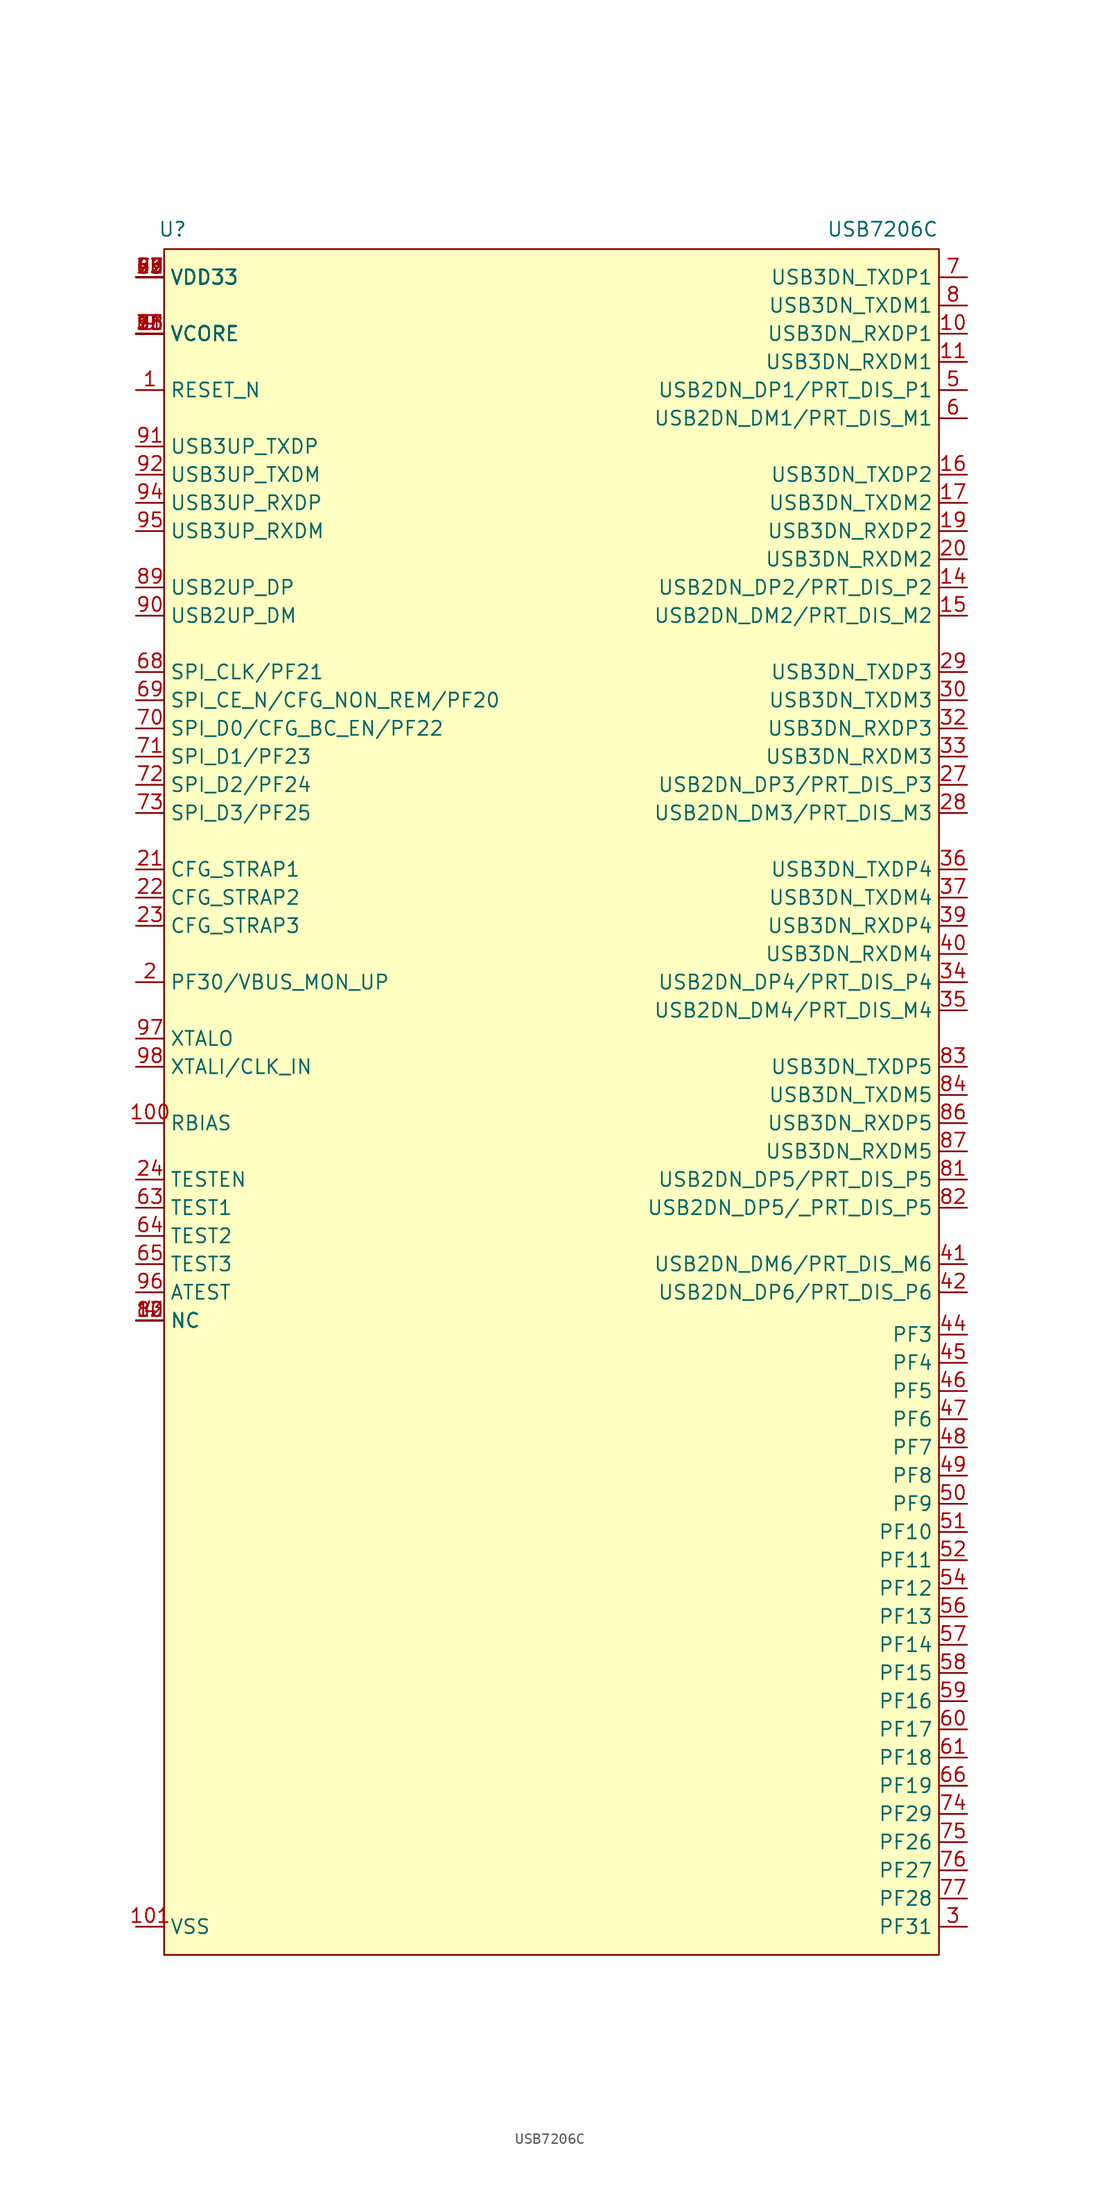
<source format=kicad_sym>
(kicad_symbol_lib
  (version 20231120)
  (generator "kicad_symbol_editor")
  (generator_version "8.0")
  (symbol "USB7206C"
    (property "Reference" "U"
      (at -33.528 72.898 0)
      (effects (font (size 1.27 1.27))))
    (property "Value" "USB7206C"
      (at 30.48 72.898 0)
      (effects (font (size 1.27 1.27))))
    (symbol "USB7206C_0_0"
      (pin unspecified line (at -36.83 58.42 0) (length 2.54) (name "RESET_N" (effects (font (size 1.27 1.27)))) (number "1" (effects (font (size 1.27 1.27)))))
      (pin unspecified line (at 38.1 63.5 180) (length 2.54) (name "USB3DN_RXDP1" (effects (font (size 1.27 1.27)))) (number "10" (effects (font (size 1.27 1.27)))))
      (pin unspecified line (at -36.83 -7.62 0) (length 2.54) (name "RBIAS" (effects (font (size 1.27 1.27)))) (number "100" (effects (font (size 1.27 1.27)))))
      (pin unspecified line (at 38.1 60.96 180) (length 2.54) (name "USB3DN_RXDM1" (effects (font (size 1.27 1.27)))) (number "11" (effects (font (size 1.27 1.27)))))
      (pin unspecified line (at -36.83 -25.4 0) (length 2.54) (name "NC" (effects (font (size 1.27 1.27)))) (number "12" (effects (font (size 1.27 1.27)))))
      (pin unspecified line (at -36.83 -25.4 0) (length 2.54) (name "NC" (effects (font (size 1.27 1.27)))) (number "13" (effects (font (size 1.27 1.27)))))
      (pin unspecified line (at 38.1 40.64 180) (length 2.54) (name "USB2DN_DP2/PRT_DIS_P2" (effects (font (size 1.27 1.27)))) (number "14" (effects (font (size 1.27 1.27)))))
      (pin unspecified line (at 38.1 38.1 180) (length 2.54) (name "USB2DN_DM2/PRT_DIS_M2" (effects (font (size 1.27 1.27)))) (number "15" (effects (font (size 1.27 1.27)))))
      (pin unspecified line (at 38.1 50.8 180) (length 2.54) (name "USB3DN_TXDP2" (effects (font (size 1.27 1.27)))) (number "16" (effects (font (size 1.27 1.27)))))
      (pin unspecified line (at 38.1 48.26 180) (length 2.54) (name "USB3DN_TXDM2" (effects (font (size 1.27 1.27)))) (number "17" (effects (font (size 1.27 1.27)))))
      (pin unspecified line (at -36.83 63.5 0) (length 2.54) (name "VCORE" (effects (font (size 1.27 1.27)))) (number "18" (effects (font (size 1.27 1.27)))))
      (pin unspecified line (at 38.1 45.72 180) (length 2.54) (name "USB3DN_RXDP2" (effects (font (size 1.27 1.27)))) (number "19" (effects (font (size 1.27 1.27)))))
      (pin unspecified line (at -36.83 5.08 0) (length 2.54) (name "PF30/VBUS_MON_UP" (effects (font (size 1.27 1.27)))) (number "2" (effects (font (size 1.27 1.27)))))
      (pin unspecified line (at 38.1 43.18 180) (length 2.54) (name "USB3DN_RXDM2" (effects (font (size 1.27 1.27)))) (number "20" (effects (font (size 1.27 1.27)))))
      (pin unspecified line (at -36.83 15.24 0) (length 2.54) (name "CFG_STRAP1" (effects (font (size 1.27 1.27)))) (number "21" (effects (font (size 1.27 1.27)))))
      (pin unspecified line (at -36.83 12.7 0) (length 2.54) (name "CFG_STRAP2" (effects (font (size 1.27 1.27)))) (number "22" (effects (font (size 1.27 1.27)))))
      (pin unspecified line (at -36.83 10.16 0) (length 2.54) (name "CFG_STRAP3" (effects (font (size 1.27 1.27)))) (number "23" (effects (font (size 1.27 1.27)))))
      (pin unspecified line (at -36.83 -12.7 0) (length 2.54) (name "TESTEN" (effects (font (size 1.27 1.27)))) (number "24" (effects (font (size 1.27 1.27)))))
      (pin unspecified line (at -36.83 63.5 0) (length 2.54) (name "VCORE" (effects (font (size 1.27 1.27)))) (number "25" (effects (font (size 1.27 1.27)))))
      (pin unspecified line (at -36.83 68.58 0) (length 2.54) (name "VDD33" (effects (font (size 1.27 1.27)))) (number "26" (effects (font (size 1.27 1.27)))))
      (pin unspecified line (at 38.1 22.86 180) (length 2.54) (name "USB2DN_DP3/PRT_DIS_P3" (effects (font (size 1.27 1.27)))) (number "27" (effects (font (size 1.27 1.27)))))
      (pin unspecified line (at 38.1 20.32 180) (length 2.54) (name "USB2DN_DM3/PRT_DIS_M3" (effects (font (size 1.27 1.27)))) (number "28" (effects (font (size 1.27 1.27)))))
      (pin unspecified line (at 38.1 33.02 180) (length 2.54) (name "USB3DN_TXDP3" (effects (font (size 1.27 1.27)))) (number "29" (effects (font (size 1.27 1.27)))))
      (pin unspecified line (at 38.1 -80.01 180) (length 2.54) (name "PF31" (effects (font (size 1.27 1.27)))) (number "3" (effects (font (size 1.27 1.27)))))
      (pin unspecified line (at 38.1 30.48 180) (length 2.54) (name "USB3DN_TXDM3" (effects (font (size 1.27 1.27)))) (number "30" (effects (font (size 1.27 1.27)))))
      (pin unspecified line (at -36.83 63.5 0) (length 2.54) (name "VCORE" (effects (font (size 1.27 1.27)))) (number "31" (effects (font (size 1.27 1.27)))))
      (pin unspecified line (at 38.1 27.94 180) (length 2.54) (name "USB3DN_RXDP3" (effects (font (size 1.27 1.27)))) (number "32" (effects (font (size 1.27 1.27)))))
      (pin unspecified line (at 38.1 25.4 180) (length 2.54) (name "USB3DN_RXDM3" (effects (font (size 1.27 1.27)))) (number "33" (effects (font (size 1.27 1.27)))))
      (pin unspecified line (at 38.1 5.08 180) (length 2.54) (name "USB2DN_DP4/PRT_DIS_P4" (effects (font (size 1.27 1.27)))) (number "34" (effects (font (size 1.27 1.27)))))
      (pin unspecified line (at 38.1 2.54 180) (length 2.54) (name "USB2DN_DM4/PRT_DIS_M4" (effects (font (size 1.27 1.27)))) (number "35" (effects (font (size 1.27 1.27)))))
      (pin unspecified line (at 38.1 15.24 180) (length 2.54) (name "USB3DN_TXDP4" (effects (font (size 1.27 1.27)))) (number "36" (effects (font (size 1.27 1.27)))))
      (pin unspecified line (at 38.1 12.7 180) (length 2.54) (name "USB3DN_TXDM4" (effects (font (size 1.27 1.27)))) (number "37" (effects (font (size 1.27 1.27)))))
      (pin unspecified line (at -36.83 63.5 0) (length 2.54) (name "VCORE" (effects (font (size 1.27 1.27)))) (number "38" (effects (font (size 1.27 1.27)))))
      (pin unspecified line (at 38.1 10.16 180) (length 2.54) (name "USB3DN_RXDP4" (effects (font (size 1.27 1.27)))) (number "39" (effects (font (size 1.27 1.27)))))
      (pin unspecified line (at -36.83 -25.4 0) (length 2.54) (name "NC" (effects (font (size 1.27 1.27)))) (number "4" (effects (font (size 1.27 1.27)))))
      (pin unspecified line (at 38.1 7.62 180) (length 2.54) (name "USB3DN_RXDM4" (effects (font (size 1.27 1.27)))) (number "40" (effects (font (size 1.27 1.27)))))
      (pin unspecified line (at 38.1 -20.32 180) (length 2.54) (name "USB2DN_DM6/PRT_DIS_M6" (effects (font (size 1.27 1.27)))) (number "41" (effects (font (size 1.27 1.27)))))
      (pin unspecified line (at 38.1 -22.86 180) (length 2.54) (name "USB2DN_DP6/PRT_DIS_P6" (effects (font (size 1.27 1.27)))) (number "42" (effects (font (size 1.27 1.27)))))
      (pin unspecified line (at -36.83 68.58 0) (length 2.54) (name "VDD33" (effects (font (size 1.27 1.27)))) (number "43" (effects (font (size 1.27 1.27)))))
      (pin unspecified line (at 38.1 -26.67 180) (length 2.54) (name "PF3" (effects (font (size 1.27 1.27)))) (number "44" (effects (font (size 1.27 1.27)))))
      (pin unspecified line (at 38.1 -29.21 180) (length 2.54) (name "PF4" (effects (font (size 1.27 1.27)))) (number "45" (effects (font (size 1.27 1.27)))))
      (pin unspecified line (at 38.1 -31.75 180) (length 2.54) (name "PF5" (effects (font (size 1.27 1.27)))) (number "46" (effects (font (size 1.27 1.27)))))
      (pin unspecified line (at 38.1 -34.29 180) (length 2.54) (name "PF6" (effects (font (size 1.27 1.27)))) (number "47" (effects (font (size 1.27 1.27)))))
      (pin unspecified line (at 38.1 -36.83 180) (length 2.54) (name "PF7" (effects (font (size 1.27 1.27)))) (number "48" (effects (font (size 1.27 1.27)))))
      (pin unspecified line (at 38.1 -39.37 180) (length 2.54) (name "PF8" (effects (font (size 1.27 1.27)))) (number "49" (effects (font (size 1.27 1.27)))))
      (pin unspecified line (at 38.1 58.42 180) (length 2.54) (name "USB2DN_DP1/PRT_DIS_P1" (effects (font (size 1.27 1.27)))) (number "5" (effects (font (size 1.27 1.27)))))
      (pin unspecified line (at 38.1 -41.91 180) (length 2.54) (name "PF9" (effects (font (size 1.27 1.27)))) (number "50" (effects (font (size 1.27 1.27)))))
      (pin unspecified line (at 38.1 -44.45 180) (length 2.54) (name "PF10" (effects (font (size 1.27 1.27)))) (number "51" (effects (font (size 1.27 1.27)))))
      (pin unspecified line (at 38.1 -46.99 180) (length 2.54) (name "PF11" (effects (font (size 1.27 1.27)))) (number "52" (effects (font (size 1.27 1.27)))))
      (pin unspecified line (at -36.83 68.58 0) (length 2.54) (name "VDD33" (effects (font (size 1.27 1.27)))) (number "53" (effects (font (size 1.27 1.27)))))
      (pin unspecified line (at 38.1 -49.53 180) (length 2.54) (name "PF12" (effects (font (size 1.27 1.27)))) (number "54" (effects (font (size 1.27 1.27)))))
      (pin unspecified line (at -36.83 63.5 0) (length 2.54) (name "VCORE" (effects (font (size 1.27 1.27)))) (number "55" (effects (font (size 1.27 1.27)))))
      (pin unspecified line (at 38.1 -52.07 180) (length 2.54) (name "PF13" (effects (font (size 1.27 1.27)))) (number "56" (effects (font (size 1.27 1.27)))))
      (pin unspecified line (at 38.1 -54.61 180) (length 2.54) (name "PF14" (effects (font (size 1.27 1.27)))) (number "57" (effects (font (size 1.27 1.27)))))
      (pin unspecified line (at 38.1 -57.15 180) (length 2.54) (name "PF15" (effects (font (size 1.27 1.27)))) (number "58" (effects (font (size 1.27 1.27)))))
      (pin unspecified line (at 38.1 -59.69 180) (length 2.54) (name "PF16" (effects (font (size 1.27 1.27)))) (number "59" (effects (font (size 1.27 1.27)))))
      (pin unspecified line (at 38.1 55.88 180) (length 2.54) (name "USB2DN_DM1/PRT_DIS_M1" (effects (font (size 1.27 1.27)))) (number "6" (effects (font (size 1.27 1.27)))))
      (pin unspecified line (at 38.1 -62.23 180) (length 2.54) (name "PF17" (effects (font (size 1.27 1.27)))) (number "60" (effects (font (size 1.27 1.27)))))
      (pin unspecified line (at 38.1 -64.77 180) (length 2.54) (name "PF18" (effects (font (size 1.27 1.27)))) (number "61" (effects (font (size 1.27 1.27)))))
      (pin unspecified line (at -36.83 68.58 0) (length 2.54) (name "VDD33" (effects (font (size 1.27 1.27)))) (number "62" (effects (font (size 1.27 1.27)))))
      (pin unspecified line (at -36.83 -15.24 0) (length 2.54) (name "TEST1" (effects (font (size 1.27 1.27)))) (number "63" (effects (font (size 1.27 1.27)))))
      (pin unspecified line (at -36.83 -17.78 0) (length 2.54) (name "TEST2" (effects (font (size 1.27 1.27)))) (number "64" (effects (font (size 1.27 1.27)))))
      (pin unspecified line (at -36.83 -20.32 0) (length 2.54) (name "TEST3" (effects (font (size 1.27 1.27)))) (number "65" (effects (font (size 1.27 1.27)))))
      (pin unspecified line (at 38.1 -67.31 180) (length 2.54) (name "PF19" (effects (font (size 1.27 1.27)))) (number "66" (effects (font (size 1.27 1.27)))))
      (pin unspecified line (at -36.83 68.58 0) (length 2.54) (name "VDD33" (effects (font (size 1.27 1.27)))) (number "67" (effects (font (size 1.27 1.27)))))
      (pin unspecified line (at -36.83 33.02 0) (length 2.54) (name "SPI_CLK/PF21" (effects (font (size 1.27 1.27)))) (number "68" (effects (font (size 1.27 1.27)))))
      (pin unspecified line (at -36.83 30.48 0) (length 2.54) (name "SPI_CE_N/CFG_NON_REM/PF20" (effects (font (size 1.27 1.27)))) (number "69" (effects (font (size 1.27 1.27)))))
      (pin unspecified line (at 38.1 68.58 180) (length 2.54) (name "USB3DN_TXDP1" (effects (font (size 1.27 1.27)))) (number "7" (effects (font (size 1.27 1.27)))))
      (pin unspecified line (at -36.83 27.94 0) (length 2.54) (name "SPI_D0/CFG_BC_EN/PF22" (effects (font (size 1.27 1.27)))) (number "70" (effects (font (size 1.27 1.27)))))
      (pin unspecified line (at -36.83 25.4 0) (length 2.54) (name "SPI_D1/PF23" (effects (font (size 1.27 1.27)))) (number "71" (effects (font (size 1.27 1.27)))))
      (pin unspecified line (at -36.83 22.86 0) (length 2.54) (name "SPI_D2/PF24" (effects (font (size 1.27 1.27)))) (number "72" (effects (font (size 1.27 1.27)))))
      (pin unspecified line (at -36.83 20.32 0) (length 2.54) (name "SPI_D3/PF25" (effects (font (size 1.27 1.27)))) (number "73" (effects (font (size 1.27 1.27)))))
      (pin unspecified line (at 38.1 -69.85 180) (length 2.54) (name "PF29" (effects (font (size 1.27 1.27)))) (number "74" (effects (font (size 1.27 1.27)))))
      (pin unspecified line (at 38.1 -72.39 180) (length 2.54) (name "PF26" (effects (font (size 1.27 1.27)))) (number "75" (effects (font (size 1.27 1.27)))))
      (pin unspecified line (at 38.1 -74.93 180) (length 2.54) (name "PF27" (effects (font (size 1.27 1.27)))) (number "76" (effects (font (size 1.27 1.27)))))
      (pin unspecified line (at 38.1 -77.47 180) (length 2.54) (name "PF28" (effects (font (size 1.27 1.27)))) (number "77" (effects (font (size 1.27 1.27)))))
      (pin unspecified line (at -36.83 63.5 0) (length 2.54) (name "VCORE" (effects (font (size 1.27 1.27)))) (number "78" (effects (font (size 1.27 1.27)))))
      (pin unspecified line (at -36.83 68.58 0) (length 2.54) (name "VDD33" (effects (font (size 1.27 1.27)))) (number "79" (effects (font (size 1.27 1.27)))))
      (pin unspecified line (at 38.1 66.04 180) (length 2.54) (name "USB3DN_TXDM1" (effects (font (size 1.27 1.27)))) (number "8" (effects (font (size 1.27 1.27)))))
      (pin unspecified line (at -36.83 -25.4 0) (length 2.54) (name "NC" (effects (font (size 1.27 1.27)))) (number "80" (effects (font (size 1.27 1.27)))))
      (pin unspecified line (at 38.1 -12.7 180) (length 2.54) (name "USB2DN_DP5/PRT_DIS_P5" (effects (font (size 1.27 1.27)))) (number "81" (effects (font (size 1.27 1.27)))))
      (pin unspecified line (at 38.1 -2.54 180) (length 2.54) (name "USB3DN_TXDP5" (effects (font (size 1.27 1.27)))) (number "83" (effects (font (size 1.27 1.27)))))
      (pin unspecified line (at 38.1 -5.08 180) (length 2.54) (name "USB3DN_TXDM5" (effects (font (size 1.27 1.27)))) (number "84" (effects (font (size 1.27 1.27)))))
      (pin unspecified line (at -36.83 63.5 0) (length 2.54) (name "VCORE" (effects (font (size 1.27 1.27)))) (number "85" (effects (font (size 1.27 1.27)))))
      (pin unspecified line (at 38.1 -7.62 180) (length 2.54) (name "USB3DN_RXDP5" (effects (font (size 1.27 1.27)))) (number "86" (effects (font (size 1.27 1.27)))))
      (pin unspecified line (at 38.1 -10.16 180) (length 2.54) (name "USB3DN_RXDM5" (effects (font (size 1.27 1.27)))) (number "87" (effects (font (size 1.27 1.27)))))
      (pin unspecified line (at -36.83 68.58 0) (length 2.54) (name "VDD33" (effects (font (size 1.27 1.27)))) (number "88" (effects (font (size 1.27 1.27)))))
      (pin unspecified line (at -36.83 40.64 0) (length 2.54) (name "USB2UP_DP" (effects (font (size 1.27 1.27)))) (number "89" (effects (font (size 1.27 1.27)))))
      (pin unspecified line (at -36.83 63.5 0) (length 2.54) (name "VCORE" (effects (font (size 1.27 1.27)))) (number "9" (effects (font (size 1.27 1.27)))))
      (pin unspecified line (at -36.83 38.1 0) (length 2.54) (name "USB2UP_DM" (effects (font (size 1.27 1.27)))) (number "90" (effects (font (size 1.27 1.27)))))
      (pin unspecified line (at -36.83 53.34 0) (length 2.54) (name "USB3UP_TXDP" (effects (font (size 1.27 1.27)))) (number "91" (effects (font (size 1.27 1.27)))))
      (pin unspecified line (at -36.83 50.8 0) (length 2.54) (name "USB3UP_TXDM" (effects (font (size 1.27 1.27)))) (number "92" (effects (font (size 1.27 1.27)))))
      (pin unspecified line (at -36.83 63.5 0) (length 2.54) (name "VCORE" (effects (font (size 1.27 1.27)))) (number "93" (effects (font (size 1.27 1.27)))))
      (pin unspecified line (at -36.83 48.26 0) (length 2.54) (name "USB3UP_RXDP" (effects (font (size 1.27 1.27)))) (number "94" (effects (font (size 1.27 1.27)))))
      (pin unspecified line (at -36.83 45.72 0) (length 2.54) (name "USB3UP_RXDM" (effects (font (size 1.27 1.27)))) (number "95" (effects (font (size 1.27 1.27)))))
      (pin unspecified line (at -36.83 -22.86 0) (length 2.54) (name "ATEST" (effects (font (size 1.27 1.27)))) (number "96" (effects (font (size 1.27 1.27)))))
      (pin unspecified line (at -36.83 0 0) (length 2.54) (name "XTALO" (effects (font (size 1.27 1.27)))) (number "97" (effects (font (size 1.27 1.27)))))
      (pin unspecified line (at -36.83 -2.54 0) (length 2.54) (name "XTALI/CLK_IN" (effects (font (size 1.27 1.27)))) (number "98" (effects (font (size 1.27 1.27)))))
      (pin unspecified line (at -36.83 68.58 0) (length 2.54) (name "VDD33" (effects (font (size 1.27 1.27)))) (number "99" (effects (font (size 1.27 1.27))))))
    (symbol "USB7206C_1_0"
      (pin unspecified line (at -36.83 -80.01 0) (length 2.54) (name "VSS" (effects (font (size 1.27 1.27)))) (number "101" (effects (font (size 1.27 1.27)))))
      (pin unspecified line (at 38.1 -15.24 180) (length 2.54) (name "USB2DN_DP5/_PRT_DIS_P5" (effects (font (size 1.27 1.27)))) (number "82" (effects (font (size 1.27 1.27))))))
    (symbol "USB7206C_1_1"
      (rectangle (start -34.29 71.12) (end 35.56 -82.55) (stroke (width 0) (type default)) (fill (type background))))))
</source>
